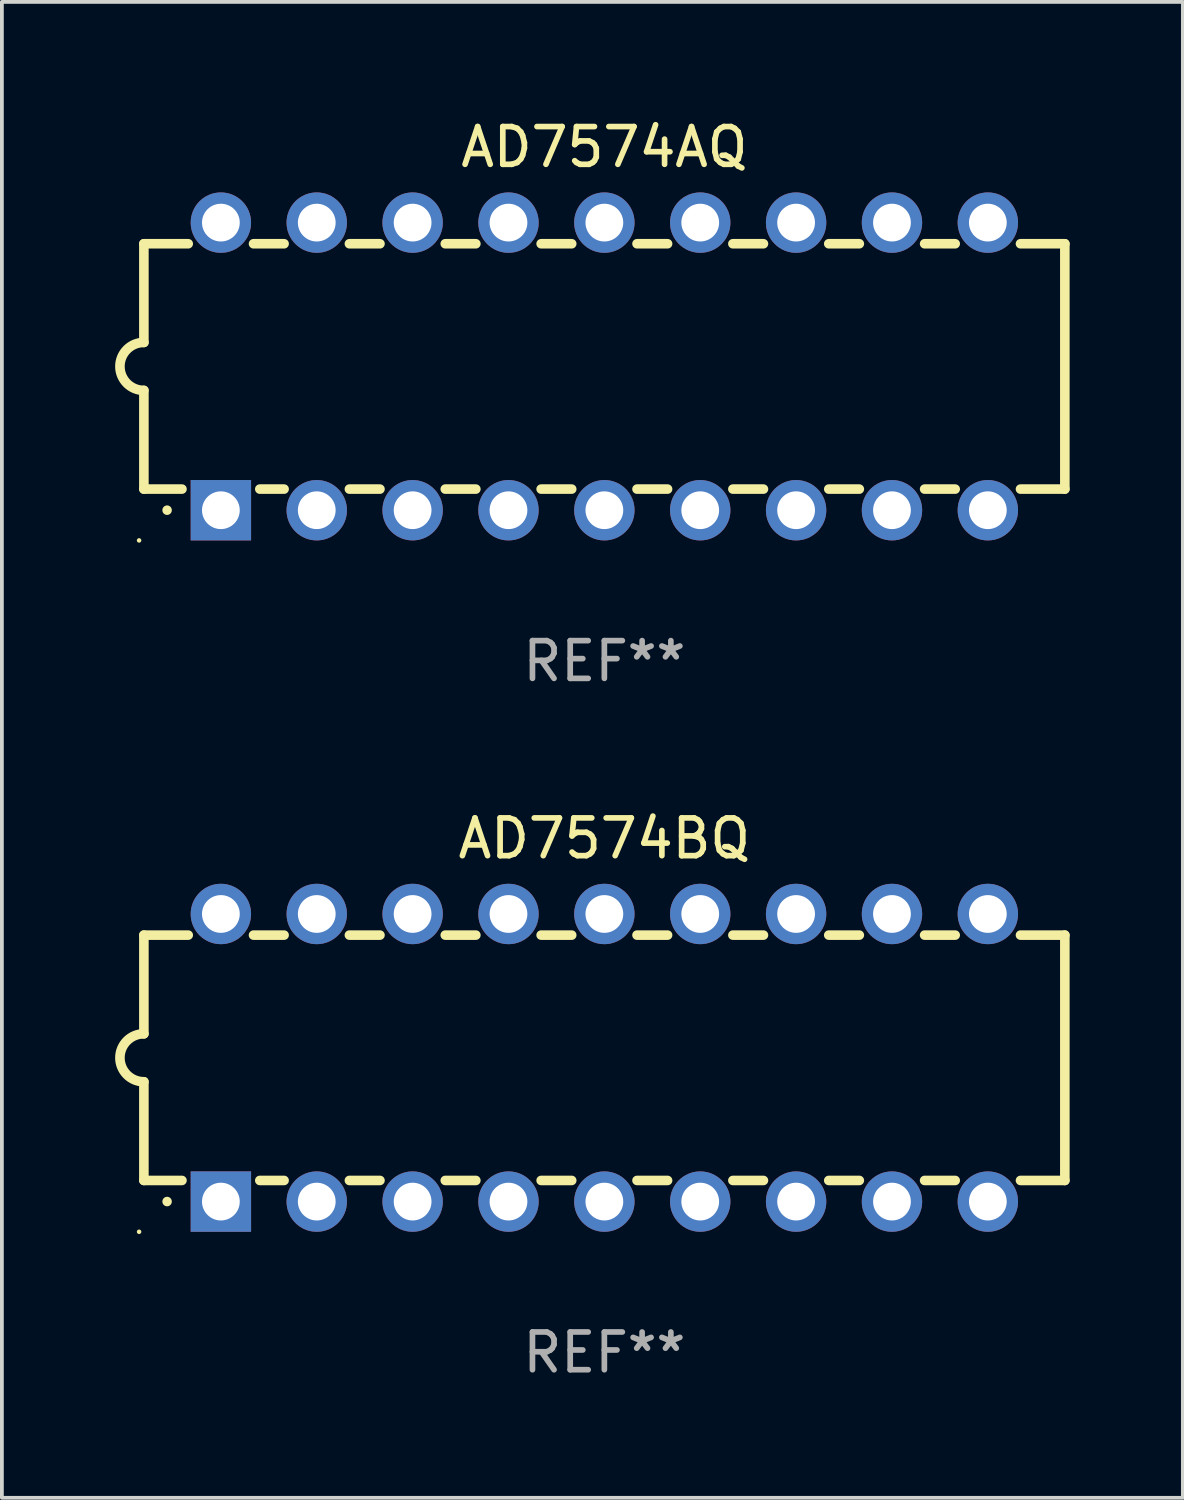
<source format=kicad_pcb>
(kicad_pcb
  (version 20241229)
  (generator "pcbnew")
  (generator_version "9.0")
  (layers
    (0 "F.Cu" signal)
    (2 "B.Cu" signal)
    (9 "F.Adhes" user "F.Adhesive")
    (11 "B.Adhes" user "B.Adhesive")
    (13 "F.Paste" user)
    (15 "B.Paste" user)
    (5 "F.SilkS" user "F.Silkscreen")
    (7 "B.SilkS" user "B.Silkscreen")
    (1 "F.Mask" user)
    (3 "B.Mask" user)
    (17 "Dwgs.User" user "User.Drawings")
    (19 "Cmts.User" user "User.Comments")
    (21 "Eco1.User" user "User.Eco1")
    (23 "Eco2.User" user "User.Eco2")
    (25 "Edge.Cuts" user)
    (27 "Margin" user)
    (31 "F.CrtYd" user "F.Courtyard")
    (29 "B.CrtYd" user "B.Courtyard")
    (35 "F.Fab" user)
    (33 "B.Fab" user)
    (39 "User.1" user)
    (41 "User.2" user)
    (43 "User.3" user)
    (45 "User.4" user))
  (footprint "AD7574AQ"
    (layer "F.Cu")
    (at 12.962 6.658)
    (property "Reference" "AD7574AQ" (at 0 -5.81 0) (layer "F.SilkS") (effects (font (size 1 1) (thickness 0.15))))
    (attr through_hole)
    (fp_line (start -12.2 -3.25) (end -12.2 -0.635) (stroke (width 0.254) (type solid)) (layer "F.SilkS"))
    (fp_line (start -12.2 3.25) (end -12.2 0.635) (stroke (width 0.254) (type solid)) (layer "F.SilkS"))
    (fp_line (start -12.2 3.25) (end -11.191 3.25) (stroke (width 0.254) (type solid)) (layer "F.SilkS"))
    (fp_line (start -11.025 -3.25) (end -12.2 -3.25) (stroke (width 0.254) (type solid)) (layer "F.SilkS"))
    (fp_line (start -9.129 3.25) (end -8.485 3.25) (stroke (width 0.254) (type solid)) (layer "F.SilkS"))
    (fp_line (start -8.485 -3.25) (end -9.295 -3.25) (stroke (width 0.254) (type solid)) (layer "F.SilkS"))
    (fp_line (start -6.755 3.25) (end -5.945 3.25) (stroke (width 0.254) (type solid)) (layer "F.SilkS"))
    (fp_line (start -5.945 -3.25) (end -6.755 -3.25) (stroke (width 0.254) (type solid)) (layer "F.SilkS"))
    (fp_line (start -4.215 3.25) (end -3.405 3.25) (stroke (width 0.254) (type solid)) (layer "F.SilkS"))
    (fp_line (start -3.405 -3.25) (end -4.215 -3.25) (stroke (width 0.254) (type solid)) (layer "F.SilkS"))
    (fp_line (start -1.675 3.25) (end -0.865 3.25) (stroke (width 0.254) (type solid)) (layer "F.SilkS"))
    (fp_line (start -0.865 -3.25) (end -1.675 -3.25) (stroke (width 0.254) (type solid)) (layer "F.SilkS"))
    (fp_line (start 0.865 3.25) (end 1.675 3.25) (stroke (width 0.254) (type solid)) (layer "F.SilkS"))
    (fp_line (start 1.675 -3.25) (end 0.865 -3.25) (stroke (width 0.254) (type solid)) (layer "F.SilkS"))
    (fp_line (start 3.405 3.25) (end 4.215 3.25) (stroke (width 0.254) (type solid)) (layer "F.SilkS"))
    (fp_line (start 4.215 -3.25) (end 3.405 -3.25) (stroke (width 0.254) (type solid)) (layer "F.SilkS"))
    (fp_line (start 5.945 3.25) (end 6.755 3.25) (stroke (width 0.254) (type solid)) (layer "F.SilkS"))
    (fp_line (start 6.755 -3.25) (end 5.945 -3.25) (stroke (width 0.254) (type solid)) (layer "F.SilkS"))
    (fp_line (start 8.485 3.25) (end 9.295 3.25) (stroke (width 0.254) (type solid)) (layer "F.SilkS"))
    (fp_line (start 9.295 -3.25) (end 8.485 -3.25) (stroke (width 0.254) (type solid)) (layer "F.SilkS"))
    (fp_line (start 11.025 3.25) (end 12.2 3.25) (stroke (width 0.254) (type solid)) (layer "F.SilkS"))
    (fp_line (start 12.2 -3.25) (end 11.025 -3.25) (stroke (width 0.254) (type solid)) (layer "F.SilkS"))
    (fp_line (start 12.2 -3.25) (end 12.2 3.25) (stroke (width 0.254) (type solid)) (layer "F.SilkS"))
    (fp_arc (start -12.200025 0.635001) (mid -12.834645 -0.000191) (end -12.199644 -0.635001) (stroke (width 0.254001) (type solid)) (layer "F.SilkS"))
    (fp_arc (start -11.584963 3.810008) (mid -11.58497 3.808738) (end -11.584963 3.807468) (stroke (width 0.25) (type solid)) (layer "F.SilkS"))
    (fp_circle (center -12.327 4.61) (end -12.297 4.61) (stroke (width 0.06) (type solid)) (fill no) (layer "F.SilkS"))
    (fp_text user "REF**" (at 0 7.81 0) (layer "F.Fab") (effects (font (size 1 1) (thickness 0.15))))
    (pad "1" thru_hole rect (at -10.16 3.81 90) (size 1.6 1.6) (drill 1) (layers "*.Cu" "*.Mask"))
    (pad "2" thru_hole circle (at -7.62 3.81 90) (size 1.6 1.6) (drill 1) (layers "*.Cu" "*.Mask"))
    (pad "3" thru_hole circle (at -5.08 3.81 90) (size 1.6 1.6) (drill 1) (layers "*.Cu" "*.Mask"))
    (pad "4" thru_hole circle (at -2.54 3.81 90) (size 1.6 1.6) (drill 1) (layers "*.Cu" "*.Mask"))
    (pad "5" thru_hole circle (at 0 3.81 90) (size 1.6 1.6) (drill 1) (layers "*.Cu" "*.Mask"))
    (pad "6" thru_hole circle (at 2.54 3.81 90) (size 1.6 1.6) (drill 1) (layers "*.Cu" "*.Mask"))
    (pad "7" thru_hole circle (at 5.08 3.81 90) (size 1.6 1.6) (drill 1) (layers "*.Cu" "*.Mask"))
    (pad "8" thru_hole circle (at 7.62 3.81 90) (size 1.6 1.6) (drill 1) (layers "*.Cu" "*.Mask"))
    (pad "9" thru_hole circle (at 10.16 3.81 90) (size 1.6 1.6) (drill 1) (layers "*.Cu" "*.Mask"))
    (pad "10" thru_hole circle (at 10.16 -3.81 90) (size 1.6 1.6) (drill 1) (layers "*.Cu" "*.Mask"))
    (pad "11" thru_hole circle (at 7.62 -3.81 90) (size 1.6 1.6) (drill 1) (layers "*.Cu" "*.Mask"))
    (pad "12" thru_hole circle (at 5.08 -3.81 90) (size 1.6 1.6) (drill 1) (layers "*.Cu" "*.Mask"))
    (pad "13" thru_hole circle (at 2.54 -3.81 90) (size 1.6 1.6) (drill 1) (layers "*.Cu" "*.Mask"))
    (pad "14" thru_hole circle (at 0 -3.81 90) (size 1.6 1.6) (drill 1) (layers "*.Cu" "*.Mask"))
    (pad "15" thru_hole circle (at -2.54 -3.81 90) (size 1.6 1.6) (drill 1) (layers "*.Cu" "*.Mask"))
    (pad "16" thru_hole circle (at -5.08 -3.81 90) (size 1.6 1.6) (drill 1) (layers "*.Cu" "*.Mask"))
    (pad "17" thru_hole circle (at -7.62 -3.81 90) (size 1.6 1.6) (drill 1) (layers "*.Cu" "*.Mask"))
    (pad "18" thru_hole circle (at -10.16 -3.81 90) (size 1.6 1.6) (drill 1) (layers "*.Cu" "*.Mask")))
  (footprint "AD7574BQ"
    (layer "F.Cu")
    (at 12.962 24.975)
    (property "Reference" "AD7574BQ" (at 0 -5.81 0) (layer "F.SilkS") (effects (font (size 1 1) (thickness 0.15))))
    (attr through_hole)
    (fp_line (start -12.2 -3.25) (end -12.2 -0.635) (stroke (width 0.254) (type solid)) (layer "F.SilkS"))
    (fp_line (start -12.2 3.25) (end -12.2 0.635) (stroke (width 0.254) (type solid)) (layer "F.SilkS"))
    (fp_line (start -12.2 3.25) (end -11.191 3.25) (stroke (width 0.254) (type solid)) (layer "F.SilkS"))
    (fp_line (start -11.025 -3.25) (end -12.2 -3.25) (stroke (width 0.254) (type solid)) (layer "F.SilkS"))
    (fp_line (start -9.129 3.25) (end -8.485 3.25) (stroke (width 0.254) (type solid)) (layer "F.SilkS"))
    (fp_line (start -8.485 -3.25) (end -9.295 -3.25) (stroke (width 0.254) (type solid)) (layer "F.SilkS"))
    (fp_line (start -6.755 3.25) (end -5.945 3.25) (stroke (width 0.254) (type solid)) (layer "F.SilkS"))
    (fp_line (start -5.945 -3.25) (end -6.755 -3.25) (stroke (width 0.254) (type solid)) (layer "F.SilkS"))
    (fp_line (start -4.215 3.25) (end -3.405 3.25) (stroke (width 0.254) (type solid)) (layer "F.SilkS"))
    (fp_line (start -3.405 -3.25) (end -4.215 -3.25) (stroke (width 0.254) (type solid)) (layer "F.SilkS"))
    (fp_line (start -1.675 3.25) (end -0.865 3.25) (stroke (width 0.254) (type solid)) (layer "F.SilkS"))
    (fp_line (start -0.865 -3.25) (end -1.675 -3.25) (stroke (width 0.254) (type solid)) (layer "F.SilkS"))
    (fp_line (start 0.865 3.25) (end 1.675 3.25) (stroke (width 0.254) (type solid)) (layer "F.SilkS"))
    (fp_line (start 1.675 -3.25) (end 0.865 -3.25) (stroke (width 0.254) (type solid)) (layer "F.SilkS"))
    (fp_line (start 3.405 3.25) (end 4.215 3.25) (stroke (width 0.254) (type solid)) (layer "F.SilkS"))
    (fp_line (start 4.215 -3.25) (end 3.405 -3.25) (stroke (width 0.254) (type solid)) (layer "F.SilkS"))
    (fp_line (start 5.945 3.25) (end 6.755 3.25) (stroke (width 0.254) (type solid)) (layer "F.SilkS"))
    (fp_line (start 6.755 -3.25) (end 5.945 -3.25) (stroke (width 0.254) (type solid)) (layer "F.SilkS"))
    (fp_line (start 8.485 3.25) (end 9.295 3.25) (stroke (width 0.254) (type solid)) (layer "F.SilkS"))
    (fp_line (start 9.295 -3.25) (end 8.485 -3.25) (stroke (width 0.254) (type solid)) (layer "F.SilkS"))
    (fp_line (start 11.025 3.25) (end 12.2 3.25) (stroke (width 0.254) (type solid)) (layer "F.SilkS"))
    (fp_line (start 12.2 -3.25) (end 11.025 -3.25) (stroke (width 0.254) (type solid)) (layer "F.SilkS"))
    (fp_line (start 12.2 -3.25) (end 12.2 3.25) (stroke (width 0.254) (type solid)) (layer "F.SilkS"))
    (fp_arc (start -12.200025 0.635001) (mid -12.834645 -0.000191) (end -12.199644 -0.635001) (stroke (width 0.254001) (type solid)) (layer "F.SilkS"))
    (fp_arc (start -11.584963 3.810008) (mid -11.58497 3.808738) (end -11.584963 3.807468) (stroke (width 0.25) (type solid)) (layer "F.SilkS"))
    (fp_circle (center -12.327 4.61) (end -12.297 4.61) (stroke (width 0.06) (type solid)) (fill no) (layer "F.SilkS"))
    (fp_text user "REF**" (at 0 7.81 0) (layer "F.Fab") (effects (font (size 1 1) (thickness 0.15))))
    (pad "1" thru_hole rect (at -10.16 3.81 90) (size 1.6 1.6) (drill 1) (layers "*.Cu" "*.Mask"))
    (pad "2" thru_hole circle (at -7.62 3.81 90) (size 1.6 1.6) (drill 1) (layers "*.Cu" "*.Mask"))
    (pad "3" thru_hole circle (at -5.08 3.81 90) (size 1.6 1.6) (drill 1) (layers "*.Cu" "*.Mask"))
    (pad "4" thru_hole circle (at -2.54 3.81 90) (size 1.6 1.6) (drill 1) (layers "*.Cu" "*.Mask"))
    (pad "5" thru_hole circle (at 0 3.81 90) (size 1.6 1.6) (drill 1) (layers "*.Cu" "*.Mask"))
    (pad "6" thru_hole circle (at 2.54 3.81 90) (size 1.6 1.6) (drill 1) (layers "*.Cu" "*.Mask"))
    (pad "7" thru_hole circle (at 5.08 3.81 90) (size 1.6 1.6) (drill 1) (layers "*.Cu" "*.Mask"))
    (pad "8" thru_hole circle (at 7.62 3.81 90) (size 1.6 1.6) (drill 1) (layers "*.Cu" "*.Mask"))
    (pad "9" thru_hole circle (at 10.16 3.81 90) (size 1.6 1.6) (drill 1) (layers "*.Cu" "*.Mask"))
    (pad "10" thru_hole circle (at 10.16 -3.81 90) (size 1.6 1.6) (drill 1) (layers "*.Cu" "*.Mask"))
    (pad "11" thru_hole circle (at 7.62 -3.81 90) (size 1.6 1.6) (drill 1) (layers "*.Cu" "*.Mask"))
    (pad "12" thru_hole circle (at 5.08 -3.81 90) (size 1.6 1.6) (drill 1) (layers "*.Cu" "*.Mask"))
    (pad "13" thru_hole circle (at 2.54 -3.81 90) (size 1.6 1.6) (drill 1) (layers "*.Cu" "*.Mask"))
    (pad "14" thru_hole circle (at 0 -3.81 90) (size 1.6 1.6) (drill 1) (layers "*.Cu" "*.Mask"))
    (pad "15" thru_hole circle (at -2.54 -3.81 90) (size 1.6 1.6) (drill 1) (layers "*.Cu" "*.Mask"))
    (pad "16" thru_hole circle (at -5.08 -3.81 90) (size 1.6 1.6) (drill 1) (layers "*.Cu" "*.Mask"))
    (pad "17" thru_hole circle (at -7.62 -3.81 90) (size 1.6 1.6) (drill 1) (layers "*.Cu" "*.Mask"))
    (pad "18" thru_hole circle (at -10.16 -3.81 90) (size 1.6 1.6) (drill 1) (layers "*.Cu" "*.Mask")))
  (gr_rect
    (start -3 -3)
    (end 28.289 36.633)
    (stroke (width 0.1) (type default))
    (fill no)
    (layer "Edge.Cuts")))
</source>
